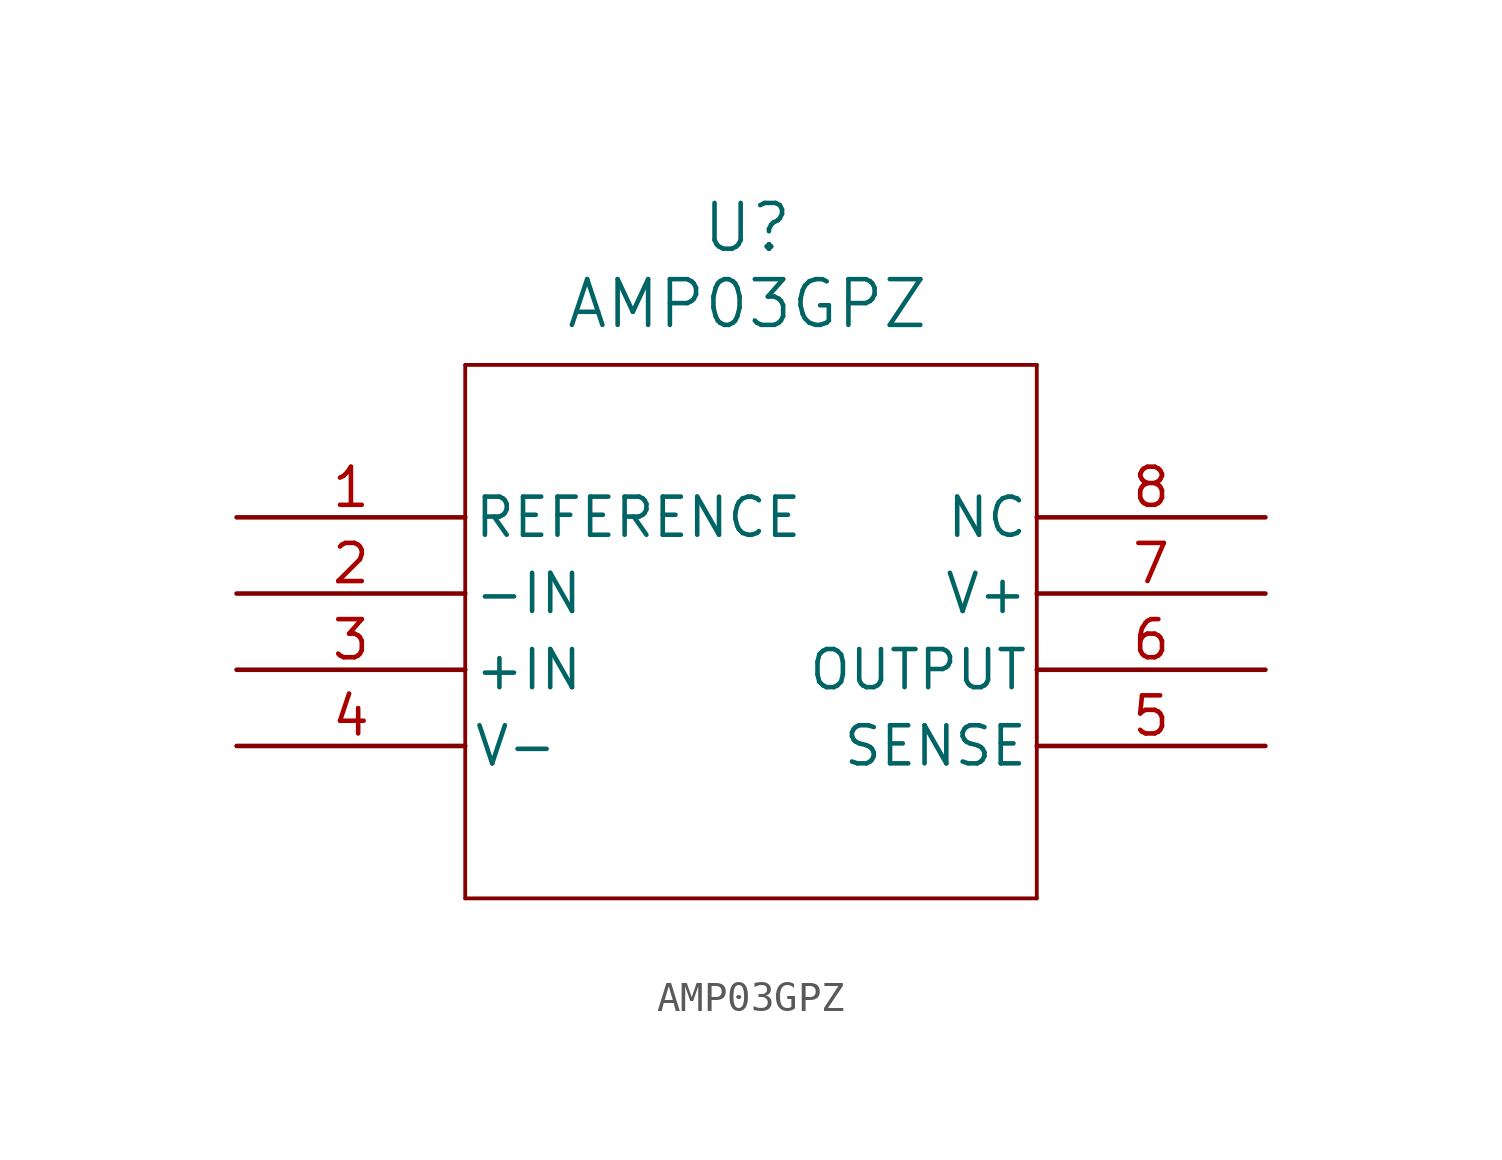
<source format=kicad_sym>
(kicad_symbol_lib
  (version 20231120)
  (generator "kicad_symbol_editor")
  (generator_version "8.0")
  (symbol "AMP03GPZ"
    (pin_names
      (offset 0.254))
    (property "Reference" "U"
      (at 17.018 9.652 0)
      (effects (font (size 1.524 1.524))))
    (property "Value" "AMP03GPZ"
      (at 17.018 7.112 0)
      (effects (font (size 1.524 1.524))))
    (property "ki_locked" ""
      (at 0 0 0)
      (effects (font (size 1.27 1.27))))
    (symbol "AMP03GPZ_0_1"
      (polyline (pts (xy 7.62 -12.7) (xy 26.67 -12.7)) (stroke (width 0.127) (type default)) (fill (type none)))
      (polyline (pts (xy 7.62 5.08) (xy 7.62 -12.7)) (stroke (width 0.127) (type default)) (fill (type none)))
      (polyline (pts (xy 26.67 -12.7) (xy 26.67 5.08)) (stroke (width 0.127) (type default)) (fill (type none)))
      (polyline (pts (xy 26.67 5.08) (xy 7.62 5.08)) (stroke (width 0.127) (type default)) (fill (type none)))
      (pin unspecified line (at 0 0 0) (length 7.62) (name "REFERENCE" (effects (font (size 1.27 1.27)))) (number "1" (effects (font (size 1.27 1.27)))))
      (pin unspecified line (at 0 -2.54 0) (length 7.62) (name "-IN" (effects (font (size 1.27 1.27)))) (number "2" (effects (font (size 1.27 1.27)))))
      (pin unspecified line (at 0 -5.08 0) (length 7.62) (name "+IN" (effects (font (size 1.27 1.27)))) (number "3" (effects (font (size 1.27 1.27)))))
      (pin power_in line (at 0 -7.62 0) (length 7.62) (name "V-" (effects (font (size 1.27 1.27)))) (number "4" (effects (font (size 1.27 1.27)))))
      (pin unspecified line (at 34.29 -7.62 180) (length 7.62) (name "SENSE" (effects (font (size 1.27 1.27)))) (number "5" (effects (font (size 1.27 1.27)))))
      (pin unspecified line (at 34.29 -5.08 180) (length 7.62) (name "OUTPUT" (effects (font (size 1.27 1.27)))) (number "6" (effects (font (size 1.27 1.27)))))
      (pin power_in line (at 34.29 -2.54 180) (length 7.62) (name "V+" (effects (font (size 1.27 1.27)))) (number "7" (effects (font (size 1.27 1.27)))))
      (pin unspecified line (at 34.29 0 180) (length 7.62) (name "NC" (effects (font (size 1.27 1.27)))) (number "8" (effects (font (size 1.27 1.27))))))))
</source>
